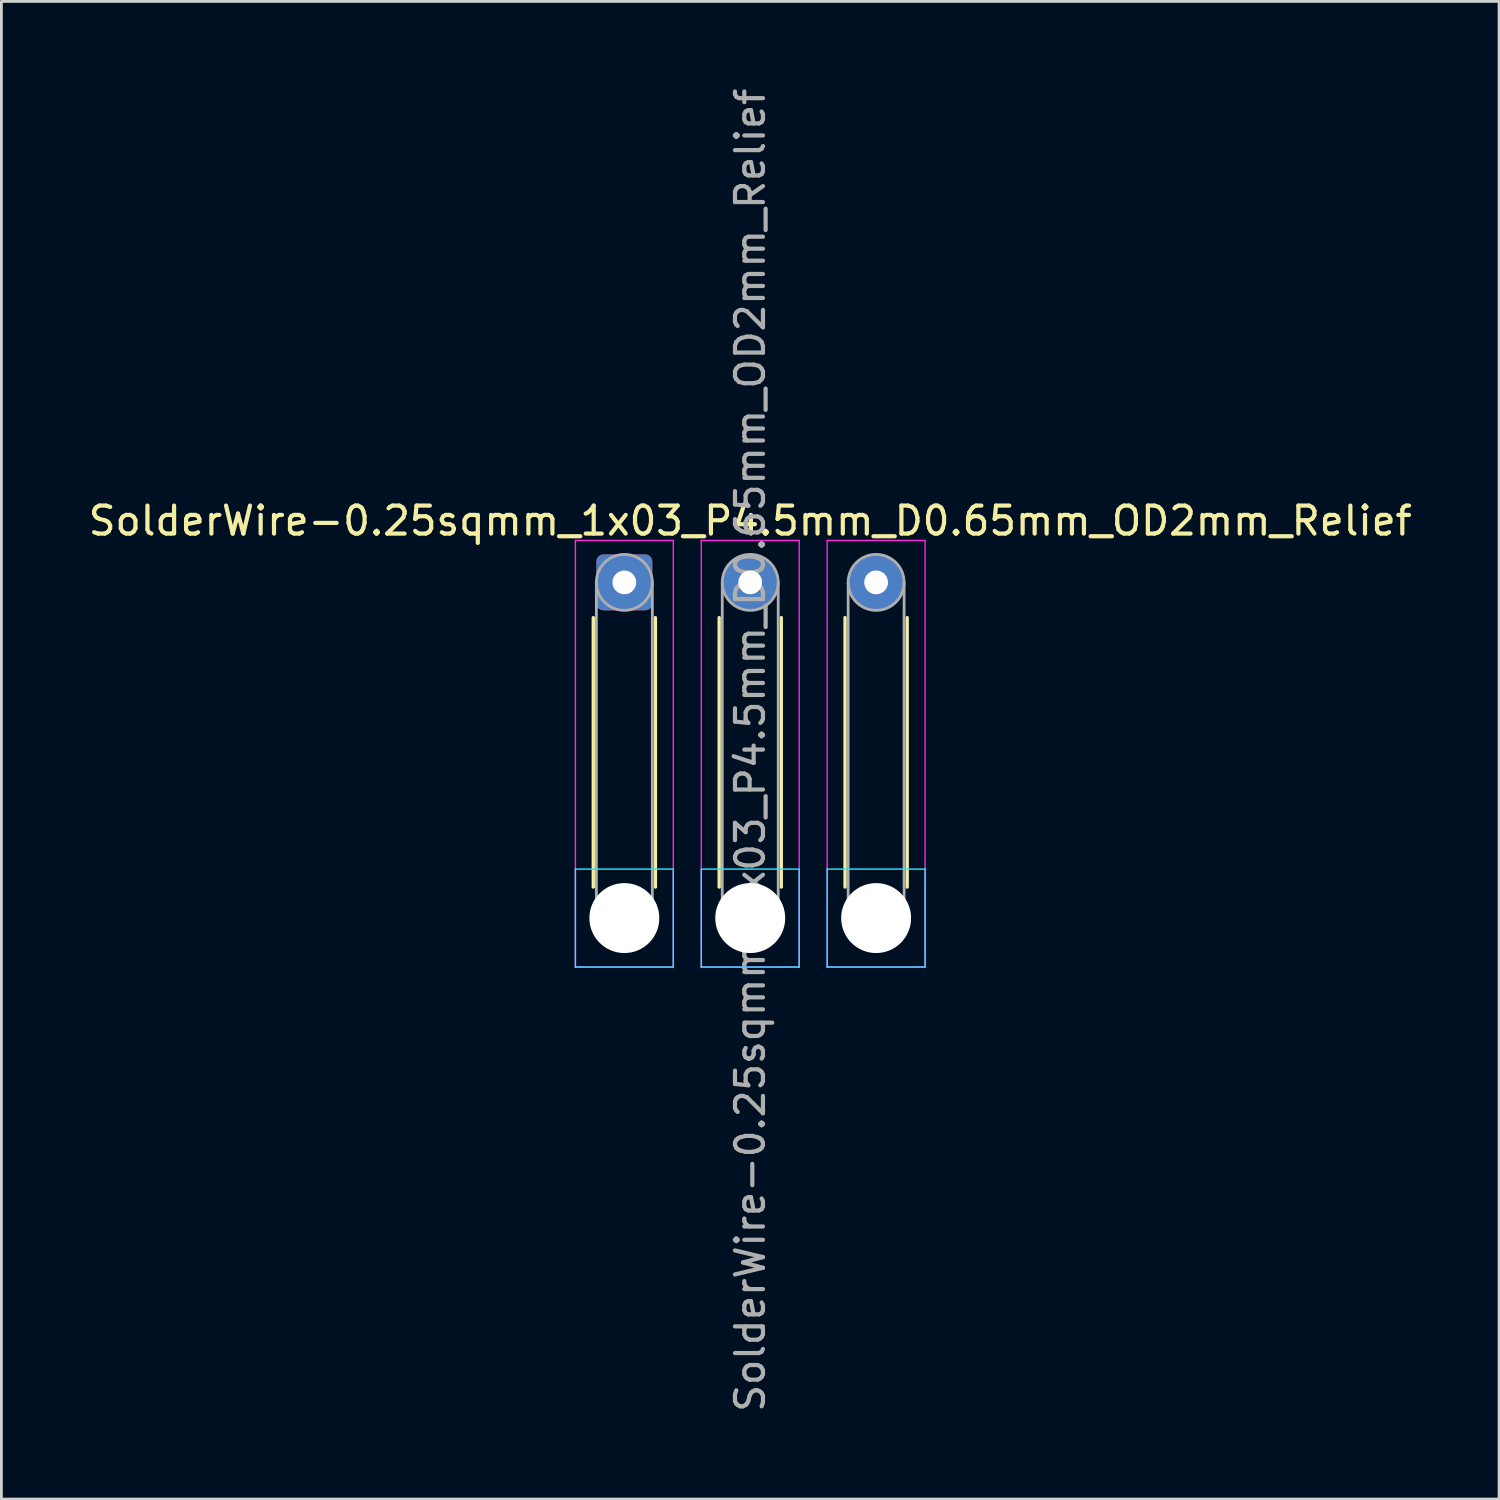
<source format=kicad_pcb>
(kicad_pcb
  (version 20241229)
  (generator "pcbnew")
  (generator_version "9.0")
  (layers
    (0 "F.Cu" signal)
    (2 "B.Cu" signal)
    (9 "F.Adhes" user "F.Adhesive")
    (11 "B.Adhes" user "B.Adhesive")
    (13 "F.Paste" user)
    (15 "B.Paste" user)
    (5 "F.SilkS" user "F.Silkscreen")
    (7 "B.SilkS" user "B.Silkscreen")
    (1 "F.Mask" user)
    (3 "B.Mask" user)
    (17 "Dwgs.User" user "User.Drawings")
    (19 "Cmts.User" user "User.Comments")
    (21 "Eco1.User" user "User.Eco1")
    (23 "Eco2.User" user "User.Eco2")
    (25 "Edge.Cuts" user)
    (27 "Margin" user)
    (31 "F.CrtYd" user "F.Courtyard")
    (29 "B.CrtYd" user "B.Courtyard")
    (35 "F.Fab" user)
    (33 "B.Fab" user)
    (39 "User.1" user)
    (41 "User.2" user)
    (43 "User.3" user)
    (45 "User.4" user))
  (footprint "SolderWire-0.25sqmm_1x03_P4.5mm_D0.65mm_OD2mm_Relief"
    (layer "F.Cu")
    (at 19.268 17.768)
    (property "Reference" "SolderWire-0.25sqmm_1x03_P4.5mm_D0.65mm_OD2mm_Relief" (at 4.5 -2.2 0) (layer "F.SilkS") (effects (font (size 1 1) (thickness 0.15))))
    (attr exclude_from_pos_files exclude_from_bom)
    (fp_line (start -1.11 1.26) (end -1.11 10.89) (stroke (width 0.12) (type solid)) (layer "F.SilkS"))
    (fp_line (start 1.11 1.26) (end 1.11 10.89) (stroke (width 0.12) (type solid)) (layer "F.SilkS"))
    (fp_line (start 3.39 1.26) (end 3.39 10.89) (stroke (width 0.12) (type solid)) (layer "F.SilkS"))
    (fp_line (start 5.61 1.26) (end 5.61 10.89) (stroke (width 0.12) (type solid)) (layer "F.SilkS"))
    (fp_line (start 7.89 1.26) (end 7.89 10.89) (stroke (width 0.12) (type solid)) (layer "F.SilkS"))
    (fp_line (start 10.11 1.26) (end 10.11 10.89) (stroke (width 0.12) (type solid)) (layer "F.SilkS"))
    (fp_line (start -1.75 10.25) (end -1.75 13.75) (stroke (width 0.05) (type solid)) (layer "B.CrtYd"))
    (fp_line (start -1.75 13.75) (end 1.75 13.75) (stroke (width 0.05) (type solid)) (layer "B.CrtYd"))
    (fp_line (start 1.75 10.25) (end -1.75 10.25) (stroke (width 0.05) (type solid)) (layer "B.CrtYd"))
    (fp_line (start 1.75 13.75) (end 1.75 10.25) (stroke (width 0.05) (type solid)) (layer "B.CrtYd"))
    (fp_line (start 2.75 10.25) (end 2.75 13.75) (stroke (width 0.05) (type solid)) (layer "B.CrtYd"))
    (fp_line (start 2.75 13.75) (end 6.25 13.75) (stroke (width 0.05) (type solid)) (layer "B.CrtYd"))
    (fp_line (start 6.25 10.25) (end 2.75 10.25) (stroke (width 0.05) (type solid)) (layer "B.CrtYd"))
    (fp_line (start 6.25 13.75) (end 6.25 10.25) (stroke (width 0.05) (type solid)) (layer "B.CrtYd"))
    (fp_line (start 7.25 10.25) (end 7.25 13.75) (stroke (width 0.05) (type solid)) (layer "B.CrtYd"))
    (fp_line (start 7.25 13.75) (end 10.75 13.75) (stroke (width 0.05) (type solid)) (layer "B.CrtYd"))
    (fp_line (start 10.75 10.25) (end 7.25 10.25) (stroke (width 0.05) (type solid)) (layer "B.CrtYd"))
    (fp_line (start 10.75 13.75) (end 10.75 10.25) (stroke (width 0.05) (type solid)) (layer "B.CrtYd"))
    (fp_line (start -1.75 -1.5) (end -1.75 13.75) (stroke (width 0.05) (type solid)) (layer "F.CrtYd"))
    (fp_line (start -1.75 13.75) (end 1.75 13.75) (stroke (width 0.05) (type solid)) (layer "F.CrtYd"))
    (fp_line (start 1.75 -1.5) (end -1.75 -1.5) (stroke (width 0.05) (type solid)) (layer "F.CrtYd"))
    (fp_line (start 1.75 13.75) (end 1.75 -1.5) (stroke (width 0.05) (type solid)) (layer "F.CrtYd"))
    (fp_line (start 2.75 -1.5) (end 2.75 13.75) (stroke (width 0.05) (type solid)) (layer "F.CrtYd"))
    (fp_line (start 2.75 13.75) (end 6.25 13.75) (stroke (width 0.05) (type solid)) (layer "F.CrtYd"))
    (fp_line (start 6.25 -1.5) (end 2.75 -1.5) (stroke (width 0.05) (type solid)) (layer "F.CrtYd"))
    (fp_line (start 6.25 13.75) (end 6.25 -1.5) (stroke (width 0.05) (type solid)) (layer "F.CrtYd"))
    (fp_line (start 7.25 -1.5) (end 7.25 13.75) (stroke (width 0.05) (type solid)) (layer "F.CrtYd"))
    (fp_line (start 7.25 13.75) (end 10.75 13.75) (stroke (width 0.05) (type solid)) (layer "F.CrtYd"))
    (fp_line (start 10.75 -1.5) (end 7.25 -1.5) (stroke (width 0.05) (type solid)) (layer "F.CrtYd"))
    (fp_line (start 10.75 13.75) (end 10.75 -1.5) (stroke (width 0.05) (type solid)) (layer "F.CrtYd"))
    (fp_line (start -1 0) (end -1 12) (stroke (width 0.1) (type solid)) (layer "F.Fab"))
    (fp_line (start 1 0) (end 1 12) (stroke (width 0.1) (type solid)) (layer "F.Fab"))
    (fp_line (start 3.5 0) (end 3.5 12) (stroke (width 0.1) (type solid)) (layer "F.Fab"))
    (fp_line (start 5.5 0) (end 5.5 12) (stroke (width 0.1) (type solid)) (layer "F.Fab"))
    (fp_line (start 8 0) (end 8 12) (stroke (width 0.1) (type solid)) (layer "F.Fab"))
    (fp_line (start 10 0) (end 10 12) (stroke (width 0.1) (type solid)) (layer "F.Fab"))
    (fp_circle (center 0 0) (end 1 0) (stroke (width 0.1) (type solid)) (fill no) (layer "F.Fab"))
    (fp_circle (center 0 12) (end 1 12) (stroke (width 0.1) (type solid)) (fill no) (layer "F.Fab"))
    (fp_circle (center 4.5 0) (end 5.5 0) (stroke (width 0.1) (type solid)) (fill no) (layer "F.Fab"))
    (fp_circle (center 4.5 12) (end 5.5 12) (stroke (width 0.1) (type solid)) (fill no) (layer "F.Fab"))
    (fp_circle (center 9 0) (end 10 0) (stroke (width 0.1) (type solid)) (fill no) (layer "F.Fab"))
    (fp_circle (center 9 12) (end 10 12) (stroke (width 0.1) (type solid)) (fill no) (layer "F.Fab"))
    (fp_text user "${REFERENCE}" (at 4.5 6 90) (layer "F.Fab") (effects (font (size 1 1) (thickness 0.15))))
    (pad "" np_thru_hole circle (at 0 12) (size 2.5 2.5) (drill 2.5) (layers "*.Cu" "*.Mask"))
    (pad "" np_thru_hole circle (at 4.5 12) (size 2.5 2.5) (drill 2.5) (layers "*.Cu" "*.Mask"))
    (pad "" np_thru_hole circle (at 9 12) (size 2.5 2.5) (drill 2.5) (layers "*.Cu" "*.Mask"))
    (pad "1" thru_hole roundrect (at 0 0) (size 2 2) (drill 0.85) (layers "*.Cu" "*.Mask") (roundrect_rratio 0.125))
    (pad "2" thru_hole circle (at 4.5 0) (size 2 2) (drill 0.85) (layers "*.Cu" "*.Mask"))
    (pad "3" thru_hole circle (at 9 0) (size 2 2) (drill 0.85) (layers "*.Cu" "*.Mask")))
  (gr_rect
    (start -3 -3)
    (end 50.536 50.536)
    (stroke (width 0.1) (type default))
    (fill no)
    (layer "Edge.Cuts")))
</source>
